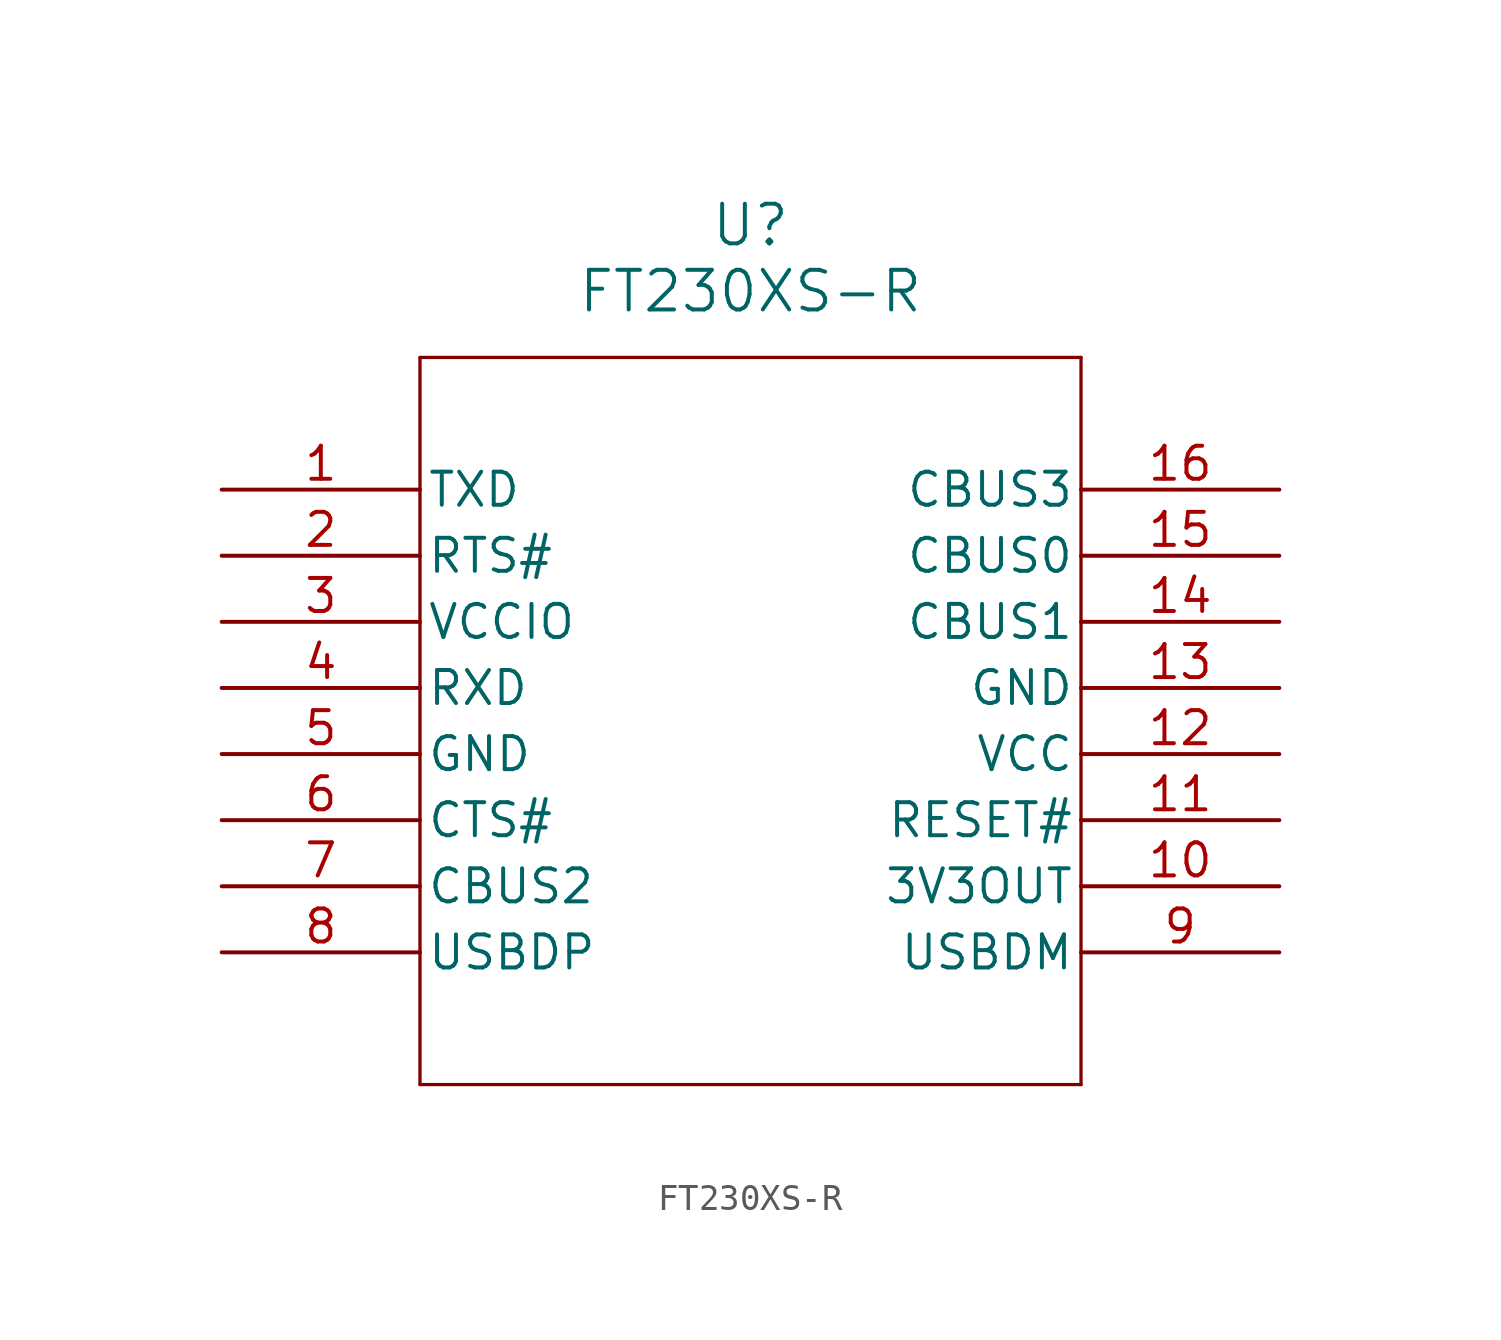
<source format=kicad_sym>
(kicad_symbol_lib
  (version 20220914)
  (generator kicad_symbol_editor)
  (symbol "FT230XS-R"
    (pin_names
      (offset 0.254))
    (property "Reference" "U"
      (at 20.32 10.16 0)
      (effects (font (size 1.524 1.524))))
    (property "Value" "FT230XS-R"
      (at 20.32 7.62 0)
      (effects (font (size 1.524 1.524))))
    (symbol "FT230XS-R_0_1"
      (polyline (pts (xy 7.62 -22.86) (xy 33.02 -22.86)) (stroke (width 0.127) (type default)) (fill (type none)))
      (polyline (pts (xy 7.62 5.08) (xy 7.62 -22.86)) (stroke (width 0.127) (type default)) (fill (type none)))
      (polyline (pts (xy 33.02 -22.86) (xy 33.02 5.08)) (stroke (width 0.127) (type default)) (fill (type none)))
      (polyline (pts (xy 33.02 5.08) (xy 7.62 5.08)) (stroke (width 0.127) (type default)) (fill (type none))))
    (symbol "FT230XS-R_1_1"
      (pin output line (at 0 0 0) (length 7.62) (name "TXD" (effects (font (size 1.27 1.27)))) (number "1" (effects (font (size 1.27 1.27)))))
      (pin power_out line (at 40.64 -15.24 180) (length 7.62) (name "3V3OUT" (effects (font (size 1.27 1.27)))) (number "10" (effects (font (size 1.27 1.27)))))
      (pin input line (at 40.64 -12.7 180) (length 7.62) (name "RESET#" (effects (font (size 1.27 1.27)))) (number "11" (effects (font (size 1.27 1.27)))))
      (pin power_in line (at 40.64 -10.16 180) (length 7.62) (name "VCC" (effects (font (size 1.27 1.27)))) (number "12" (effects (font (size 1.27 1.27)))))
      (pin power_in line (at 40.64 -7.62 180) (length 7.62) (name "GND" (effects (font (size 1.27 1.27)))) (number "13" (effects (font (size 1.27 1.27)))))
      (pin bidirectional line (at 40.64 -5.08 180) (length 7.62) (name "CBUS1" (effects (font (size 1.27 1.27)))) (number "14" (effects (font (size 1.27 1.27)))))
      (pin bidirectional line (at 40.64 -2.54 180) (length 7.62) (name "CBUS0" (effects (font (size 1.27 1.27)))) (number "15" (effects (font (size 1.27 1.27)))))
      (pin bidirectional line (at 40.64 0 180) (length 7.62) (name "CBUS3" (effects (font (size 1.27 1.27)))) (number "16" (effects (font (size 1.27 1.27)))))
      (pin output line (at 0 -2.54 0) (length 7.62) (name "RTS#" (effects (font (size 1.27 1.27)))) (number "2" (effects (font (size 1.27 1.27)))))
      (pin power_in line (at 0 -5.08 0) (length 7.62) (name "VCCIO" (effects (font (size 1.27 1.27)))) (number "3" (effects (font (size 1.27 1.27)))))
      (pin input line (at 0 -7.62 0) (length 7.62) (name "RXD" (effects (font (size 1.27 1.27)))) (number "4" (effects (font (size 1.27 1.27)))))
      (pin power_in line (at 0 -10.16 0) (length 7.62) (name "GND" (effects (font (size 1.27 1.27)))) (number "5" (effects (font (size 1.27 1.27)))))
      (pin input line (at 0 -12.7 0) (length 7.62) (name "CTS#" (effects (font (size 1.27 1.27)))) (number "6" (effects (font (size 1.27 1.27)))))
      (pin bidirectional line (at 0 -15.24 0) (length 7.62) (name "CBUS2" (effects (font (size 1.27 1.27)))) (number "7" (effects (font (size 1.27 1.27)))))
      (pin input line (at 0 -17.78 0) (length 7.62) (name "USBDP" (effects (font (size 1.27 1.27)))) (number "8" (effects (font (size 1.27 1.27)))))
      (pin input line (at 40.64 -17.78 180) (length 7.62) (name "USBDM" (effects (font (size 1.27 1.27)))) (number "9" (effects (font (size 1.27 1.27))))))))
</source>
